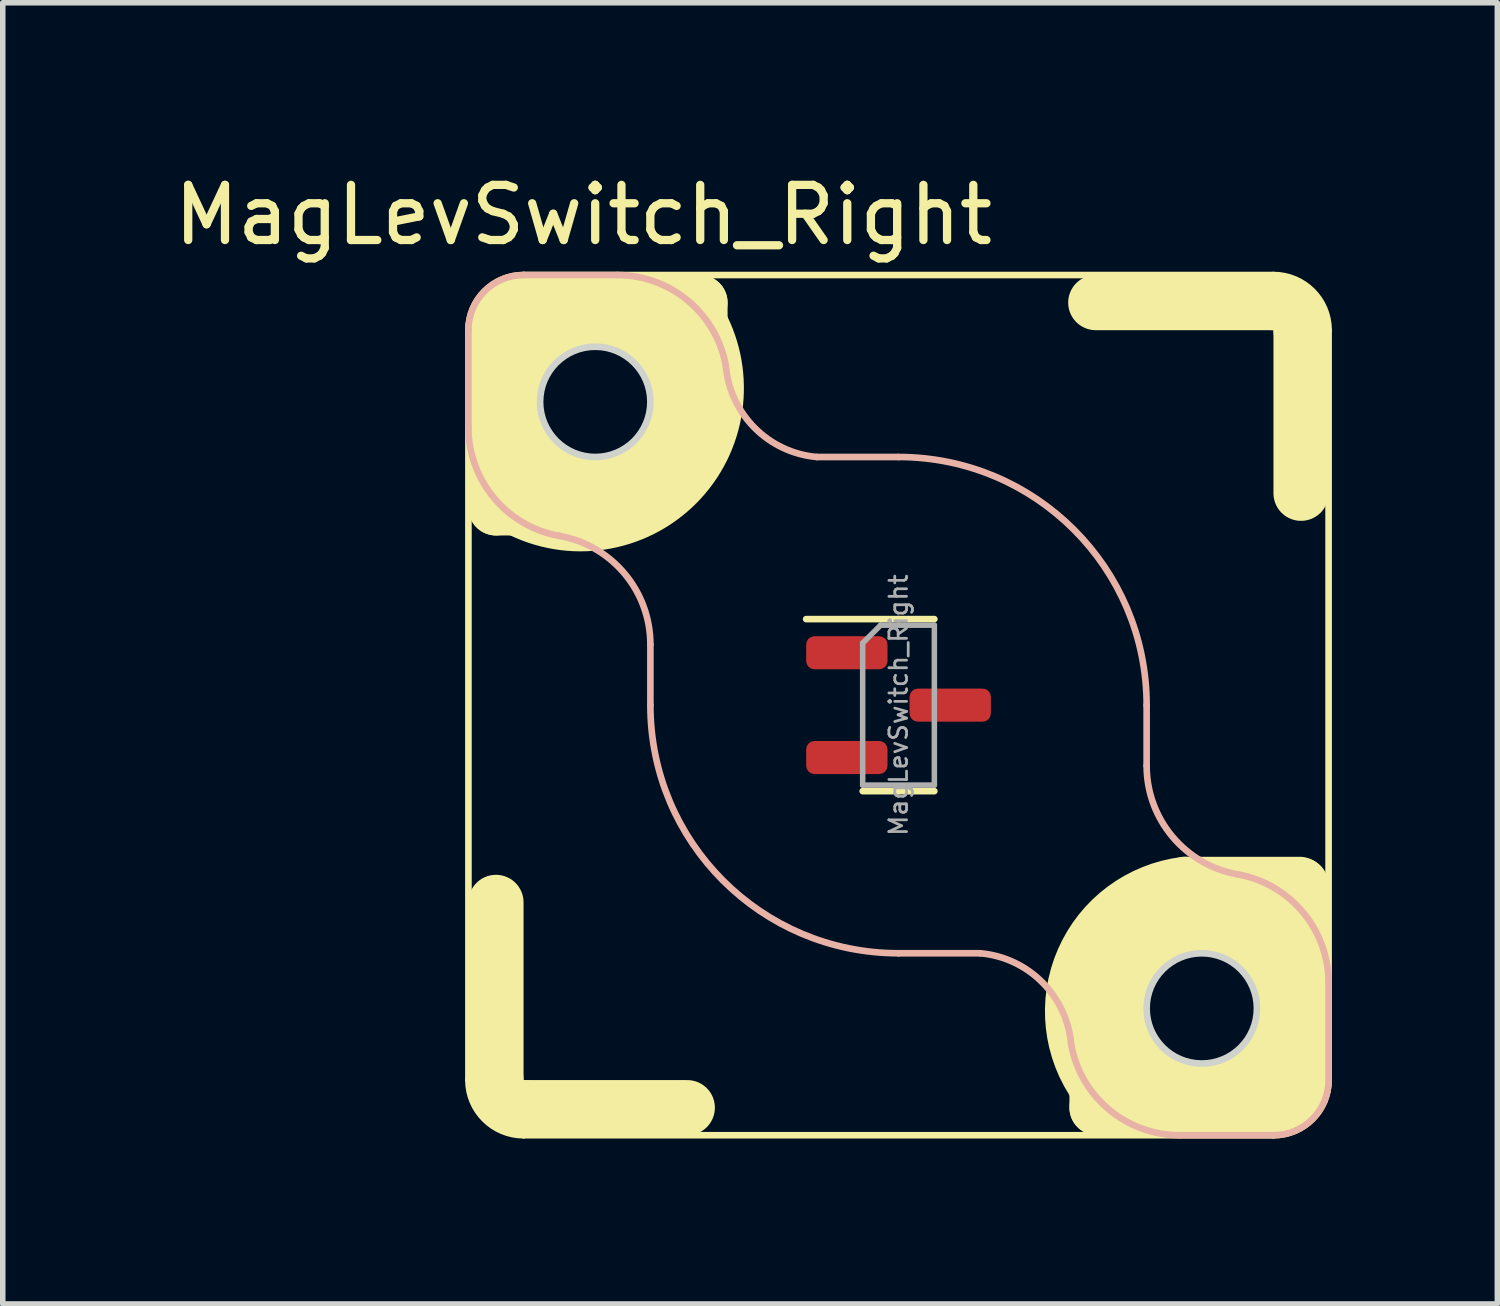
<source format=kicad_pcb>
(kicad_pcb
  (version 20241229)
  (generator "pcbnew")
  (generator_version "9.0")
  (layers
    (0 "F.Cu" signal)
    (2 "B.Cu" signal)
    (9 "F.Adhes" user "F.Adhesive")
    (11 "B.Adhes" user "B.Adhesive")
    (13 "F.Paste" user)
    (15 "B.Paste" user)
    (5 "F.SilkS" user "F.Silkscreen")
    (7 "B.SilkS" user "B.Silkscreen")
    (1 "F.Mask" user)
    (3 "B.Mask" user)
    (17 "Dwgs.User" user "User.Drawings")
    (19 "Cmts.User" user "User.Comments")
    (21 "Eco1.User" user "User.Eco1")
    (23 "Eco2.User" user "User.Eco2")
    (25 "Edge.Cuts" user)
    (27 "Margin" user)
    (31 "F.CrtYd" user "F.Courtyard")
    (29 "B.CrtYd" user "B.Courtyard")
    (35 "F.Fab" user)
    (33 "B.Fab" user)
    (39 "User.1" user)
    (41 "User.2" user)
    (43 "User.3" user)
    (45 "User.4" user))
  (footprint "MagLevSwitch_Right"
    (layer "F.Cu")
    (at 13.245 9.738)
    (property "Reference" "MagLevSwitch_Right" (at -5.715 -8.89 0) (layer "F.SilkS") (effects (font (size 1 1) (thickness 0.15))))
    (attr smd)
    (fp_line (start -7.8 6.8) (end -7.8 -6.8) (stroke (width 0.12) (type default)) (layer "F.SilkS"))
    (fp_line (start -7.3 -6.8) (end -7.3 -3.577) (stroke (width 1) (type default)) (layer "F.SilkS"))
    (fp_line (start -7.3 -3.577) (end -6.92 -3.577) (stroke (width 1) (type default)) (layer "F.SilkS"))
    (fp_line (start -7.3 3.577) (end -7.3 6.8) (stroke (width 1) (type default)) (layer "F.SilkS"))
    (fp_line (start -6.823 -7.3) (end -3.6 -7.3) (stroke (width 1) (type default)) (layer "F.SilkS"))
    (fp_line (start -6.8 -7.8) (end 6.8 -7.8) (stroke (width 0.12) (type default)) (layer "F.SilkS"))
    (fp_line (start -3.83 7.3) (end -6.8 7.3) (stroke (width 1) (type default)) (layer "F.SilkS"))
    (fp_line (start -3.6 -7.3) (end -3.6 -6.92) (stroke (width 1) (type default)) (layer "F.SilkS"))
    (fp_line (start 0.000008 -1.56) (end -1.675 -1.56) (stroke (width 0.12) (type solid)) (layer "F.SilkS"))
    (fp_line (start 0.000008 -1.56) (end 0.65 -1.56) (stroke (width 0.12) (type solid)) (layer "F.SilkS"))
    (fp_line (start 0.000008 1.56) (end -0.65 1.56) (stroke (width 0.12) (type solid)) (layer "F.SilkS"))
    (fp_line (start 0.000008 1.56) (end 0.65 1.56) (stroke (width 0.12) (type solid)) (layer "F.SilkS"))
    (fp_line (start 3.577 -7.3) (end 6.8 -7.3) (stroke (width 1) (type default)) (layer "F.SilkS"))
    (fp_line (start 3.6 7.3) (end 3.6 6.92) (stroke (width 1) (type default)) (layer "F.SilkS"))
    (fp_line (start 6.8 7.8) (end -6.8 7.8) (stroke (width 0.12) (type default)) (layer "F.SilkS"))
    (fp_line (start 6.823 7.3) (end 3.6 7.3) (stroke (width 1) (type default)) (layer "F.SilkS"))
    (fp_line (start 7.273 3.25) (end 5.2 3.25) (stroke (width 1) (type default)) (layer "F.SilkS"))
    (fp_line (start 7.3 -3.842) (end 7.3 -6.8) (stroke (width 1) (type default)) (layer "F.SilkS"))
    (fp_line (start 7.3 6.8) (end 7.3 3.264) (stroke (width 1) (type default)) (layer "F.SilkS"))
    (fp_line (start 7.8 -6.8) (end 7.8 6.8) (stroke (width 0.12) (type default)) (layer "F.SilkS"))
    (fp_arc (start -7.8 -6.8) (mid -7.507106 -7.507106) (end -6.8 -7.8) (stroke (width 0.12) (type default)) (layer "F.SilkS"))
    (fp_arc (start -7.3 -6.8) (mid -7.153553 -7.153553) (end -6.8 -7.3) (stroke (width 1) (type default)) (layer "F.SilkS"))
    (fp_arc (start -6.8 7.3) (mid -7.153555 7.153554) (end -7.3 6.8) (stroke (width 1) (type default)) (layer "F.SilkS"))
    (fp_arc (start -6.8 7.8) (mid -7.507108 7.507107) (end -7.8 6.8) (stroke (width 0.12) (type default)) (layer "F.SilkS"))
    (fp_arc (start -3.6 -6.92) (mid -4.018634 -4.015675) (end -6.92 -3.577) (stroke (width 1) (type default)) (layer "F.SilkS"))
    (fp_arc (start 3.6 6.92) (mid 3.349312 4.626933) (end 5.2 3.25) (stroke (width 1) (type default)) (layer "F.SilkS"))
    (fp_arc (start 6.8 -7.8) (mid 7.507107 -7.507107) (end 7.8 -6.8) (stroke (width 0.12) (type default)) (layer "F.SilkS"))
    (fp_arc (start 6.8 -7.3) (mid 7.153553 -7.153553) (end 7.3 -6.8) (stroke (width 1) (type default)) (layer "F.SilkS"))
    (fp_arc (start 7.3 6.8) (mid 7.153552 7.153551) (end 6.8 7.3) (stroke (width 1) (type default)) (layer "F.SilkS"))
    (fp_arc (start 7.8 6.8) (mid 7.507105 7.507104) (end 6.8 7.8) (stroke (width 0.12) (type default)) (layer "F.SilkS"))
    (fp_circle (center -5.5 -5.5) (end -3.9 -5.5) (stroke (width 1.2) (type default)) (fill no) (layer "F.SilkS"))
    (fp_circle (center 5.5 5.5) (end 7.1 5.5) (stroke (width 1.2) (type default)) (fill no) (layer "F.SilkS"))
    (fp_line (start -7.8 -6.8) (end -7.8 -5.038) (stroke (width 0.12) (type default)) (layer "B.SilkS"))
    (fp_line (start -6.8 -7.8) (end -5.1 -7.8) (stroke (width 0.12) (type default)) (layer "B.SilkS"))
    (fp_line (start -4.5 0) (end -4.5 -1.1) (stroke (width 0.12) (type default)) (layer "B.SilkS"))
    (fp_line (start -1.481 -4.5) (end 0 -4.5) (stroke (width 0.12) (type default)) (layer "B.SilkS"))
    (fp_line (start 1.481 4.5) (end 0 4.5) (stroke (width 0.12) (type default)) (layer "B.SilkS"))
    (fp_line (start 4.5 0) (end 4.5 1.1) (stroke (width 0.12) (type default)) (layer "B.SilkS"))
    (fp_line (start 6.8 7.8) (end 5.1 7.8) (stroke (width 0.12) (type default)) (layer "B.SilkS"))
    (fp_line (start 7.8 6.8) (end 7.8 5.038) (stroke (width 0.12) (type default)) (layer "B.SilkS"))
    (fp_arc (start -7.8 -6.8) (mid -7.507106 -7.507106) (end -6.8 -7.8) (stroke (width 0.12) (type default)) (layer "B.SilkS"))
    (fp_arc (start -6.15 -3.069) (mid -7.332841 -3.753633) (end -7.8 -5.038) (stroke (width 0.12) (type default)) (layer "B.SilkS"))
    (fp_arc (start -6.15 -3.069) (mid -4.967159 -2.384367) (end -4.5 -1.1) (stroke (width 0.12) (type default)) (layer "B.SilkS"))
    (fp_arc (start -5.1 -7.8) (mid -3.815633 -7.332842) (end -3.131 -6.15) (stroke (width 0.12) (type default)) (layer "B.SilkS"))
    (fp_arc (start -1.480999 -4.5) (mid -2.605867 -5.025132) (end -3.130999 -6.15) (stroke (width 0.12) (type default)) (layer "B.SilkS"))
    (fp_arc (start 0 -4.5) (mid 3.181981 -3.181981) (end 4.5 0) (stroke (width 0.12) (type default)) (layer "B.SilkS"))
    (fp_arc (start 0 4.5) (mid -3.181981 3.181981) (end -4.5 0) (stroke (width 0.12) (type default)) (layer "B.SilkS"))
    (fp_arc (start 1.480999 4.5) (mid 2.605866 5.025132) (end 3.130999 6.15) (stroke (width 0.12) (type default)) (layer "B.SilkS"))
    (fp_arc (start 5.1 7.8) (mid 3.815634 7.332842) (end 3.131 6.15) (stroke (width 0.12) (type default)) (layer "B.SilkS"))
    (fp_arc (start 6.15 3.069) (mid 4.967158 2.384367) (end 4.5 1.1) (stroke (width 0.12) (type default)) (layer "B.SilkS"))
    (fp_arc (start 6.15 3.069) (mid 7.332842 3.753633) (end 7.8 5.038) (stroke (width 0.12) (type default)) (layer "B.SilkS"))
    (fp_arc (start 7.8 6.8) (mid 7.507105 7.507104) (end 6.8 7.8) (stroke (width 0.12) (type default)) (layer "B.SilkS"))
    (fp_circle (center -5.5 -5.5) (end -4.5 -5.5) (stroke (width 0.12) (type default)) (fill no) (layer "Edge.Cuts"))
    (fp_circle (center 5.5 5.5) (end 6.5 5.5) (stroke (width 0.12) (type default)) (fill no) (layer "Edge.Cuts"))
    (fp_line (start -0.65 -1.125) (end -0.325 -1.45) (stroke (width 0.1) (type solid)) (layer "F.Fab"))
    (fp_line (start -0.65 1.45) (end -0.65 -1.125) (stroke (width 0.1) (type solid)) (layer "F.Fab"))
    (fp_line (start -0.325 -1.45) (end 0.65 -1.45) (stroke (width 0.1) (type solid)) (layer "F.Fab"))
    (fp_line (start 0.65 -1.45) (end 0.65 1.45) (stroke (width 0.1) (type solid)) (layer "F.Fab"))
    (fp_line (start 0.65 1.45) (end -0.65 1.45) (stroke (width 0.1) (type solid)) (layer "F.Fab"))
    (fp_text user "${REFERENCE}" (at 0.000004 0.000008 90) (layer "F.Fab") (effects (font (size 0.32 0.32) (thickness 0.05))))
    (pad "1" smd roundrect (at -0.937 -0.95) (size 1.475 0.6) (layers "F.Cu" "F.Mask" "F.Paste") (roundrect_rratio 0.25))
    (pad "2" smd roundrect (at -0.937 0.95) (size 1.475 0.6) (layers "F.Cu" "F.Mask" "F.Paste") (roundrect_rratio 0.25))
    (pad "3" smd roundrect (at 0.938 0.000008) (size 1.475 0.6) (layers "F.Cu" "F.Mask" "F.Paste") (roundrect_rratio 0.25)))
  (gr_rect
    (start -3 -3)
    (end 24.105 20.598)
    (stroke (width 0.1) (type default))
    (fill no)
    (layer "Edge.Cuts")))
</source>
